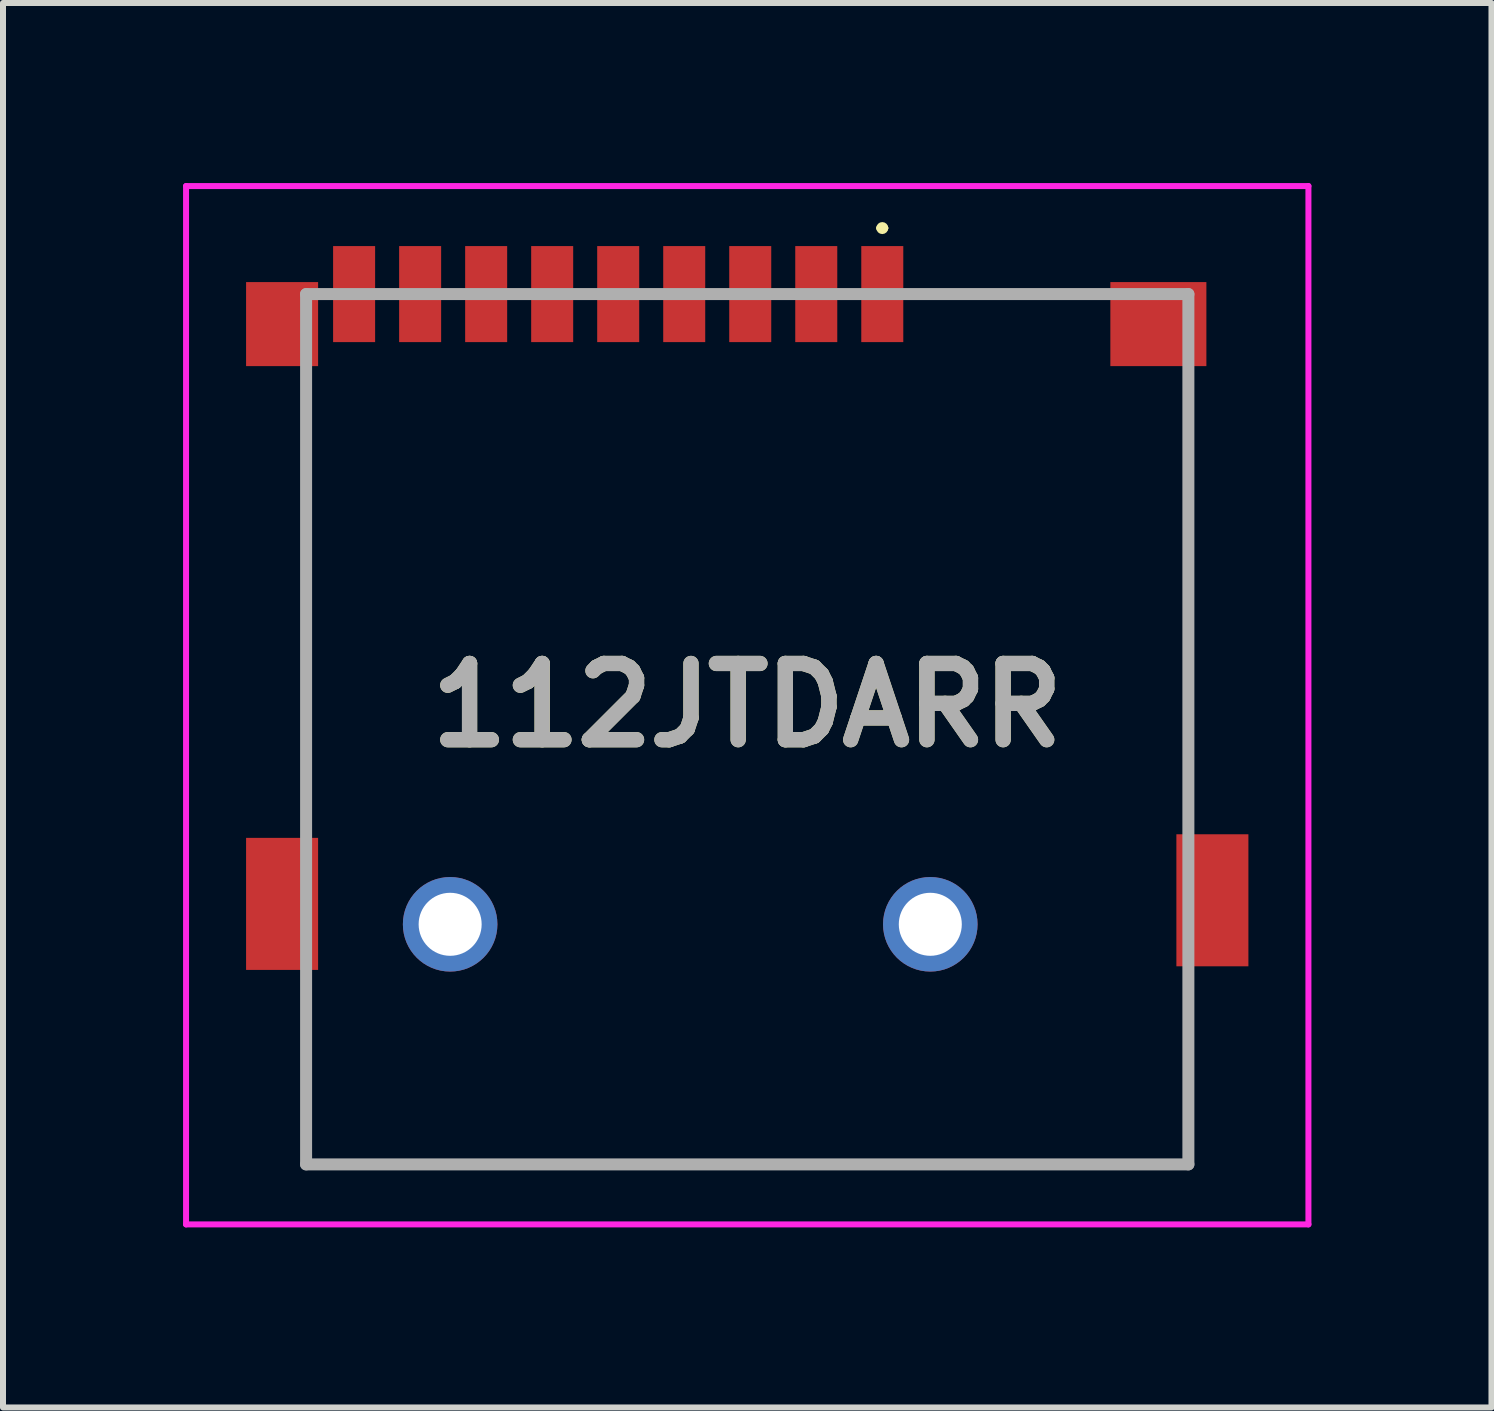
<source format=kicad_pcb>
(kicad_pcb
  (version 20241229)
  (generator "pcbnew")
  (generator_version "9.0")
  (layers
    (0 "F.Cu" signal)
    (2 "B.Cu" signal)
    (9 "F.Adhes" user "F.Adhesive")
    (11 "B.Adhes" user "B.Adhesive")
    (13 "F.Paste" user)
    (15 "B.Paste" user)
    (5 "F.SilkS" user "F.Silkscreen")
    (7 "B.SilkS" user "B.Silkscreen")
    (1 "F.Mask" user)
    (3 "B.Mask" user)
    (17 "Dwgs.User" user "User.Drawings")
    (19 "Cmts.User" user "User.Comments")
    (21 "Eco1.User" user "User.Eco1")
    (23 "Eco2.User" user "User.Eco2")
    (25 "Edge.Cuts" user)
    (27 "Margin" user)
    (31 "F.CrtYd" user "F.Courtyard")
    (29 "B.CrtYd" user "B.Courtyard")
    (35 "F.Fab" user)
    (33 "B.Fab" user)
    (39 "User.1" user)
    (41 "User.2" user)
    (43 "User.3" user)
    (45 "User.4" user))
  (footprint "112JTDARR"
    (layer "F.Cu")
    (at 9.4 1.85)
    (property "Reference" "112JTDARR" (at 0 6.85 0) (layer "F.SilkS") (effects (font (size 1.27 1.27) (thickness 0.254))))
    (attr through_hole)
    (fp_line (start -7.35 1.5) (end -7.35 8.5) (stroke (width 0.1) (type solid)) (layer "F.SilkS"))
    (fp_line (start -7.35 11.5) (end -7.35 14.5) (stroke (width 0.1) (type solid)) (layer "F.SilkS"))
    (fp_line (start -7.35 14.5) (end 7.35 14.5) (stroke (width 0.1) (type solid)) (layer "F.SilkS"))
    (fp_line (start 2.2 -1.1) (end 2.2 -1.1) (stroke (width 0.1) (type solid)) (layer "F.SilkS"))
    (fp_line (start 2.3 -1.1) (end 2.3 -1.1) (stroke (width 0.1) (type solid)) (layer "F.SilkS"))
    (fp_line (start 5.5 0) (end 3 0) (stroke (width 0.1) (type solid)) (layer "F.SilkS"))
    (fp_line (start 7.35 8.5) (end 7.35 1.5) (stroke (width 0.1) (type solid)) (layer "F.SilkS"))
    (fp_line (start 7.35 14.5) (end 7.35 11.5) (stroke (width 0.1) (type solid)) (layer "F.SilkS"))
    (fp_arc (start 2.2 -1.1) (mid 2.25 -1.15) (end 2.3 -1.1) (stroke (width 0.1) (type solid)) (layer "F.SilkS"))
    (fp_arc (start 2.3 -1.1) (mid 2.25 -1.05) (end 2.2 -1.1) (stroke (width 0.1) (type solid)) (layer "F.SilkS"))
    (fp_line (start -9.35 -1.8) (end 9.35 -1.8) (stroke (width 0.1) (type solid)) (layer "F.CrtYd"))
    (fp_line (start -9.35 15.5) (end -9.35 -1.8) (stroke (width 0.1) (type solid)) (layer "F.CrtYd"))
    (fp_line (start 9.35 -1.8) (end 9.35 15.5) (stroke (width 0.1) (type solid)) (layer "F.CrtYd"))
    (fp_line (start 9.35 15.5) (end -9.35 15.5) (stroke (width 0.1) (type solid)) (layer "F.CrtYd"))
    (fp_line (start -7.35 0) (end 7.35 0) (stroke (width 0.2) (type solid)) (layer "F.Fab"))
    (fp_line (start -7.35 14.5) (end -7.35 0) (stroke (width 0.2) (type solid)) (layer "F.Fab"))
    (fp_line (start 7.35 0) (end 7.35 14.5) (stroke (width 0.2) (type solid)) (layer "F.Fab"))
    (fp_line (start 7.35 14.5) (end -7.35 14.5) (stroke (width 0.2) (type solid)) (layer "F.Fab"))
    (fp_text user "${REFERENCE}" (at 0 6.85 0) (layer "F.Fab") (effects (font (size 1.27 1.27) (thickness 0.254))))
    (pad "1" smd rect (at 2.25 0) (size 0.7 1.6) (layers "F.Cu" "F.Mask" "F.Paste"))
    (pad "2" smd rect (at 1.15 0) (size 0.7 1.6) (layers "F.Cu" "F.Mask" "F.Paste"))
    (pad "3" smd rect (at 0.05 0) (size 0.7 1.6) (layers "F.Cu" "F.Mask" "F.Paste"))
    (pad "4" smd rect (at -1.05 0) (size 0.7 1.6) (layers "F.Cu" "F.Mask" "F.Paste"))
    (pad "5" smd rect (at -2.15 0) (size 0.7 1.6) (layers "F.Cu" "F.Mask" "F.Paste"))
    (pad "6" smd rect (at -3.25 0) (size 0.7 1.6) (layers "F.Cu" "F.Mask" "F.Paste"))
    (pad "7" smd rect (at -4.35 0) (size 0.7 1.6) (layers "F.Cu" "F.Mask" "F.Paste"))
    (pad "8" smd rect (at -5.45 0) (size 0.7 1.6) (layers "F.Cu" "F.Mask" "F.Paste"))
    (pad "9" smd rect (at -6.55 0) (size 0.7 1.6) (layers "F.Cu" "F.Mask" "F.Paste"))
    (pad "10" smd rect (at -7.75 0.5) (size 1.2 1.4) (layers "F.Cu" "F.Mask" "F.Paste"))
    (pad "11" smd rect (at -7.75 10.16) (size 1.2 2.2) (layers "F.Cu" "F.Mask" "F.Paste"))
    (pad "12" smd rect (at 7.75 10.1) (size 1.2 2.2) (layers "F.Cu" "F.Mask" "F.Paste"))
    (pad "13" smd rect (at 6.85 0.5 90) (size 1.4 1.6) (layers "F.Cu" "F.Mask" "F.Paste"))
    (pad "14" thru_hole circle (at -4.95 10.5) (size 1.575 1.575) (drill 1.05) (layers "*.Cu" "*.Mask"))
    (pad "15" thru_hole circle (at 3.05 10.5) (size 1.575 1.575) (drill 1.05) (layers "*.Cu" "*.Mask")))
  (gr_rect
    (start -3 -3)
    (end 21.8 20.4)
    (stroke (width 0.1) (type default))
    (fill no)
    (layer "Edge.Cuts")))
</source>
